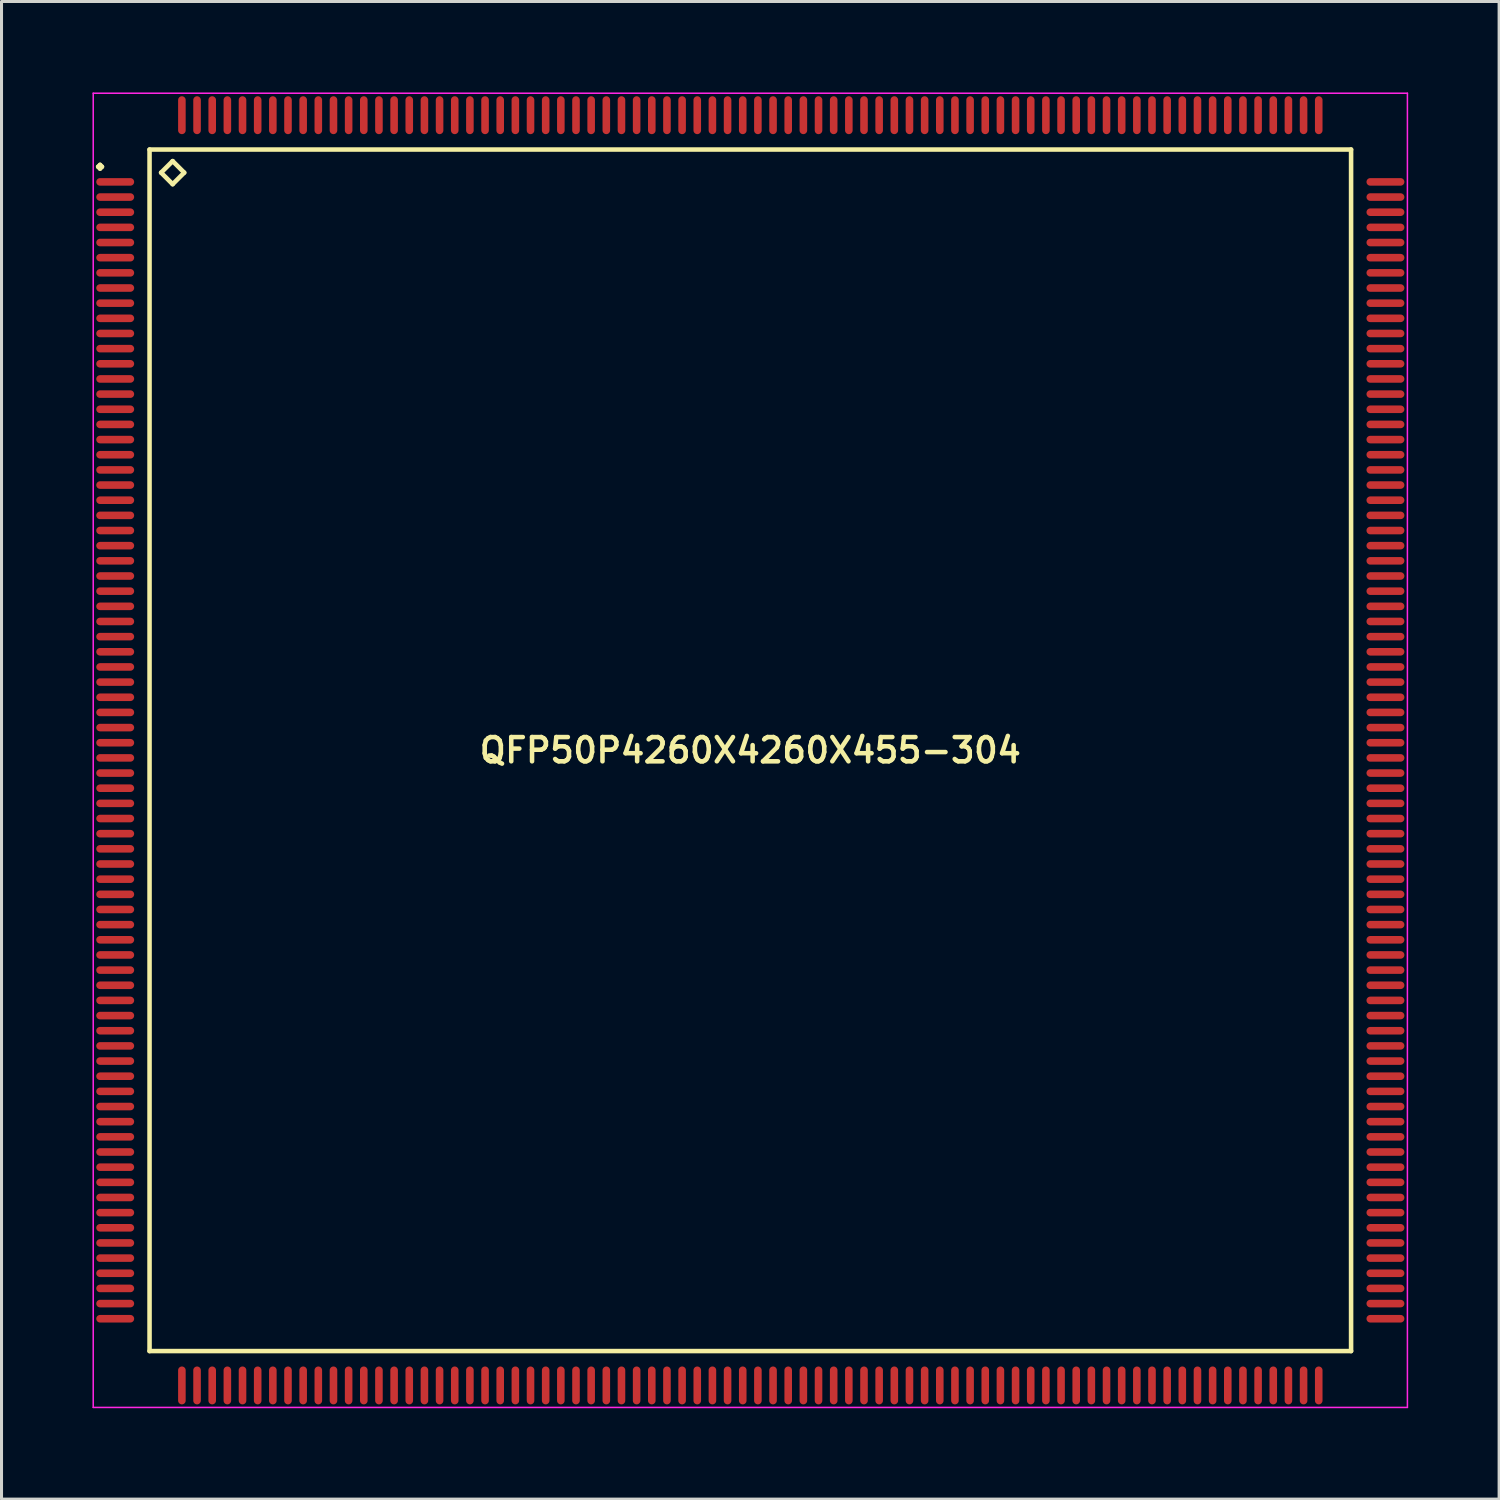
<source format=kicad_pcb>
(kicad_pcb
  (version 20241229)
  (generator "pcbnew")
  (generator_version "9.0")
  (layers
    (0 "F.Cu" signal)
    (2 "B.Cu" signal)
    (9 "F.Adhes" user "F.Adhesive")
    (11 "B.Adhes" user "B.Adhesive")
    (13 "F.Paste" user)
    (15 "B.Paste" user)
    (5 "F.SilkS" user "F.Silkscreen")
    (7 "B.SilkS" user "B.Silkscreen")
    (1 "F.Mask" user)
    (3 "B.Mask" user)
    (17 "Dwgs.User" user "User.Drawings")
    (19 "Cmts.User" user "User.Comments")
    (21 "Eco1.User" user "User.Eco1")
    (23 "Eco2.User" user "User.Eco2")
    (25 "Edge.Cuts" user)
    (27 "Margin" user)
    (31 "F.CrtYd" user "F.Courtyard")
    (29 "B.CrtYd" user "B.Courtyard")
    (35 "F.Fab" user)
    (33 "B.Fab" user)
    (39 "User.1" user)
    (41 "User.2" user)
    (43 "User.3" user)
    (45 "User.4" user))
  (footprint "QFP50P4260X4260X455-304"
    (layer "F.Cu")
    (at 21.7 21.7)
    (property "Reference" "QFP50P4260X4260X455-304" (at 0 0 0) (layer "F.SilkS") (effects (font (size 0.8 0.8) (thickness 0.15))))
    (attr smd)
    (fp_line (start -21.512 -19.25) (end -21.45 -19.312) (stroke (width 0.15) (type solid)) (layer "F.SilkS"))
    (fp_line (start -21.45 -19.312) (end -21.387 -19.25) (stroke (width 0.15) (type solid)) (layer "F.SilkS"))
    (fp_line (start -21.45 -19.188) (end -21.512 -19.25) (stroke (width 0.15) (type solid)) (layer "F.SilkS"))
    (fp_line (start -21.387 -19.25) (end -21.45 -19.188) (stroke (width 0.15) (type solid)) (layer "F.SilkS"))
    (fp_line (start -19.817 -19.817) (end -19.817 19.817) (stroke (width 0.15) (type solid)) (layer "F.SilkS"))
    (fp_line (start -19.817 19.817) (end 19.817 19.817) (stroke (width 0.15) (type solid)) (layer "F.SilkS"))
    (fp_line (start -19.436 -19.055) (end -19.055 -19.436) (stroke (width 0.15) (type solid)) (layer "F.SilkS"))
    (fp_line (start -19.055 -19.436) (end -18.674 -19.055) (stroke (width 0.15) (type solid)) (layer "F.SilkS"))
    (fp_line (start -19.055 -18.674) (end -19.436 -19.055) (stroke (width 0.15) (type solid)) (layer "F.SilkS"))
    (fp_line (start -18.674 -19.055) (end -19.055 -18.674) (stroke (width 0.15) (type solid)) (layer "F.SilkS"))
    (fp_line (start 19.817 -19.817) (end -19.817 -19.817) (stroke (width 0.15) (type solid)) (layer "F.SilkS"))
    (fp_line (start 19.817 19.817) (end 19.817 -19.817) (stroke (width 0.15) (type solid)) (layer "F.SilkS"))
    (fp_line (start -21.675 -21.675) (end 21.675 -21.675) (stroke (width 0.05) (type solid)) (layer "F.CrtYd"))
    (fp_line (start -21.675 21.675) (end -21.675 -21.675) (stroke (width 0.05) (type solid)) (layer "F.CrtYd"))
    (fp_line (start 21.675 -21.675) (end 21.675 21.675) (stroke (width 0.05) (type solid)) (layer "F.CrtYd"))
    (fp_line (start 21.675 21.675) (end -21.675 21.675) (stroke (width 0.05) (type solid)) (layer "F.CrtYd"))
    (pad "1" smd oval (at -20.95 -18.75) (size 1.25 0.25) (layers "F.Cu" "F.Mask" "F.Paste"))
    (pad "2" smd oval (at -20.95 -18.25) (size 1.25 0.25) (layers "F.Cu" "F.Mask" "F.Paste"))
    (pad "3" smd oval (at -20.95 -17.75) (size 1.25 0.25) (layers "F.Cu" "F.Mask" "F.Paste"))
    (pad "4" smd oval (at -20.95 -17.25) (size 1.25 0.25) (layers "F.Cu" "F.Mask" "F.Paste"))
    (pad "5" smd oval (at -20.95 -16.75) (size 1.25 0.25) (layers "F.Cu" "F.Mask" "F.Paste"))
    (pad "6" smd oval (at -20.95 -16.25) (size 1.25 0.25) (layers "F.Cu" "F.Mask" "F.Paste"))
    (pad "7" smd oval (at -20.95 -15.75) (size 1.25 0.25) (layers "F.Cu" "F.Mask" "F.Paste"))
    (pad "8" smd oval (at -20.95 -15.25) (size 1.25 0.25) (layers "F.Cu" "F.Mask" "F.Paste"))
    (pad "9" smd oval (at -20.95 -14.75) (size 1.25 0.25) (layers "F.Cu" "F.Mask" "F.Paste"))
    (pad "10" smd oval (at -20.95 -14.25) (size 1.25 0.25) (layers "F.Cu" "F.Mask" "F.Paste"))
    (pad "11" smd oval (at -20.95 -13.75) (size 1.25 0.25) (layers "F.Cu" "F.Mask" "F.Paste"))
    (pad "12" smd oval (at -20.95 -13.25) (size 1.25 0.25) (layers "F.Cu" "F.Mask" "F.Paste"))
    (pad "13" smd oval (at -20.95 -12.75) (size 1.25 0.25) (layers "F.Cu" "F.Mask" "F.Paste"))
    (pad "14" smd oval (at -20.95 -12.25) (size 1.25 0.25) (layers "F.Cu" "F.Mask" "F.Paste"))
    (pad "15" smd oval (at -20.95 -11.75) (size 1.25 0.25) (layers "F.Cu" "F.Mask" "F.Paste"))
    (pad "16" smd oval (at -20.95 -11.25) (size 1.25 0.25) (layers "F.Cu" "F.Mask" "F.Paste"))
    (pad "17" smd oval (at -20.95 -10.75) (size 1.25 0.25) (layers "F.Cu" "F.Mask" "F.Paste"))
    (pad "18" smd oval (at -20.95 -10.25) (size 1.25 0.25) (layers "F.Cu" "F.Mask" "F.Paste"))
    (pad "19" smd oval (at -20.95 -9.75) (size 1.25 0.25) (layers "F.Cu" "F.Mask" "F.Paste"))
    (pad "20" smd oval (at -20.95 -9.25) (size 1.25 0.25) (layers "F.Cu" "F.Mask" "F.Paste"))
    (pad "21" smd oval (at -20.95 -8.75) (size 1.25 0.25) (layers "F.Cu" "F.Mask" "F.Paste"))
    (pad "22" smd oval (at -20.95 -8.25) (size 1.25 0.25) (layers "F.Cu" "F.Mask" "F.Paste"))
    (pad "23" smd oval (at -20.95 -7.75) (size 1.25 0.25) (layers "F.Cu" "F.Mask" "F.Paste"))
    (pad "24" smd oval (at -20.95 -7.25) (size 1.25 0.25) (layers "F.Cu" "F.Mask" "F.Paste"))
    (pad "25" smd oval (at -20.95 -6.75) (size 1.25 0.25) (layers "F.Cu" "F.Mask" "F.Paste"))
    (pad "26" smd oval (at -20.95 -6.25) (size 1.25 0.25) (layers "F.Cu" "F.Mask" "F.Paste"))
    (pad "27" smd oval (at -20.95 -5.75) (size 1.25 0.25) (layers "F.Cu" "F.Mask" "F.Paste"))
    (pad "28" smd oval (at -20.95 -5.25) (size 1.25 0.25) (layers "F.Cu" "F.Mask" "F.Paste"))
    (pad "29" smd oval (at -20.95 -4.75) (size 1.25 0.25) (layers "F.Cu" "F.Mask" "F.Paste"))
    (pad "30" smd oval (at -20.95 -4.25) (size 1.25 0.25) (layers "F.Cu" "F.Mask" "F.Paste"))
    (pad "31" smd oval (at -20.95 -3.75) (size 1.25 0.25) (layers "F.Cu" "F.Mask" "F.Paste"))
    (pad "32" smd oval (at -20.95 -3.25) (size 1.25 0.25) (layers "F.Cu" "F.Mask" "F.Paste"))
    (pad "33" smd oval (at -20.95 -2.75) (size 1.25 0.25) (layers "F.Cu" "F.Mask" "F.Paste"))
    (pad "34" smd oval (at -20.95 -2.25) (size 1.25 0.25) (layers "F.Cu" "F.Mask" "F.Paste"))
    (pad "35" smd oval (at -20.95 -1.75) (size 1.25 0.25) (layers "F.Cu" "F.Mask" "F.Paste"))
    (pad "36" smd oval (at -20.95 -1.25) (size 1.25 0.25) (layers "F.Cu" "F.Mask" "F.Paste"))
    (pad "37" smd oval (at -20.95 -0.75) (size 1.25 0.25) (layers "F.Cu" "F.Mask" "F.Paste"))
    (pad "38" smd oval (at -20.95 -0.25) (size 1.25 0.25) (layers "F.Cu" "F.Mask" "F.Paste"))
    (pad "39" smd oval (at -20.95 0.25) (size 1.25 0.25) (layers "F.Cu" "F.Mask" "F.Paste"))
    (pad "40" smd oval (at -20.95 0.75) (size 1.25 0.25) (layers "F.Cu" "F.Mask" "F.Paste"))
    (pad "41" smd oval (at -20.95 1.25) (size 1.25 0.25) (layers "F.Cu" "F.Mask" "F.Paste"))
    (pad "42" smd oval (at -20.95 1.75) (size 1.25 0.25) (layers "F.Cu" "F.Mask" "F.Paste"))
    (pad "43" smd oval (at -20.95 2.25) (size 1.25 0.25) (layers "F.Cu" "F.Mask" "F.Paste"))
    (pad "44" smd oval (at -20.95 2.75) (size 1.25 0.25) (layers "F.Cu" "F.Mask" "F.Paste"))
    (pad "45" smd oval (at -20.95 3.25) (size 1.25 0.25) (layers "F.Cu" "F.Mask" "F.Paste"))
    (pad "46" smd oval (at -20.95 3.75) (size 1.25 0.25) (layers "F.Cu" "F.Mask" "F.Paste"))
    (pad "47" smd oval (at -20.95 4.25) (size 1.25 0.25) (layers "F.Cu" "F.Mask" "F.Paste"))
    (pad "48" smd oval (at -20.95 4.75) (size 1.25 0.25) (layers "F.Cu" "F.Mask" "F.Paste"))
    (pad "49" smd oval (at -20.95 5.25) (size 1.25 0.25) (layers "F.Cu" "F.Mask" "F.Paste"))
    (pad "50" smd oval (at -20.95 5.75) (size 1.25 0.25) (layers "F.Cu" "F.Mask" "F.Paste"))
    (pad "51" smd oval (at -20.95 6.25) (size 1.25 0.25) (layers "F.Cu" "F.Mask" "F.Paste"))
    (pad "52" smd oval (at -20.95 6.75) (size 1.25 0.25) (layers "F.Cu" "F.Mask" "F.Paste"))
    (pad "53" smd oval (at -20.95 7.25) (size 1.25 0.25) (layers "F.Cu" "F.Mask" "F.Paste"))
    (pad "54" smd oval (at -20.95 7.75) (size 1.25 0.25) (layers "F.Cu" "F.Mask" "F.Paste"))
    (pad "55" smd oval (at -20.95 8.25) (size 1.25 0.25) (layers "F.Cu" "F.Mask" "F.Paste"))
    (pad "56" smd oval (at -20.95 8.75) (size 1.25 0.25) (layers "F.Cu" "F.Mask" "F.Paste"))
    (pad "57" smd oval (at -20.95 9.25) (size 1.25 0.25) (layers "F.Cu" "F.Mask" "F.Paste"))
    (pad "58" smd oval (at -20.95 9.75) (size 1.25 0.25) (layers "F.Cu" "F.Mask" "F.Paste"))
    (pad "59" smd oval (at -20.95 10.25) (size 1.25 0.25) (layers "F.Cu" "F.Mask" "F.Paste"))
    (pad "60" smd oval (at -20.95 10.75) (size 1.25 0.25) (layers "F.Cu" "F.Mask" "F.Paste"))
    (pad "61" smd oval (at -20.95 11.25) (size 1.25 0.25) (layers "F.Cu" "F.Mask" "F.Paste"))
    (pad "62" smd oval (at -20.95 11.75) (size 1.25 0.25) (layers "F.Cu" "F.Mask" "F.Paste"))
    (pad "63" smd oval (at -20.95 12.25) (size 1.25 0.25) (layers "F.Cu" "F.Mask" "F.Paste"))
    (pad "64" smd oval (at -20.95 12.75) (size 1.25 0.25) (layers "F.Cu" "F.Mask" "F.Paste"))
    (pad "65" smd oval (at -20.95 13.25) (size 1.25 0.25) (layers "F.Cu" "F.Mask" "F.Paste"))
    (pad "66" smd oval (at -20.95 13.75) (size 1.25 0.25) (layers "F.Cu" "F.Mask" "F.Paste"))
    (pad "67" smd oval (at -20.95 14.25) (size 1.25 0.25) (layers "F.Cu" "F.Mask" "F.Paste"))
    (pad "68" smd oval (at -20.95 14.75) (size 1.25 0.25) (layers "F.Cu" "F.Mask" "F.Paste"))
    (pad "69" smd oval (at -20.95 15.25) (size 1.25 0.25) (layers "F.Cu" "F.Mask" "F.Paste"))
    (pad "70" smd oval (at -20.95 15.75) (size 1.25 0.25) (layers "F.Cu" "F.Mask" "F.Paste"))
    (pad "71" smd oval (at -20.95 16.25) (size 1.25 0.25) (layers "F.Cu" "F.Mask" "F.Paste"))
    (pad "72" smd oval (at -20.95 16.75) (size 1.25 0.25) (layers "F.Cu" "F.Mask" "F.Paste"))
    (pad "73" smd oval (at -20.95 17.25) (size 1.25 0.25) (layers "F.Cu" "F.Mask" "F.Paste"))
    (pad "74" smd oval (at -20.95 17.75) (size 1.25 0.25) (layers "F.Cu" "F.Mask" "F.Paste"))
    (pad "75" smd oval (at -20.95 18.25) (size 1.25 0.25) (layers "F.Cu" "F.Mask" "F.Paste"))
    (pad "76" smd oval (at -20.95 18.75) (size 1.25 0.25) (layers "F.Cu" "F.Mask" "F.Paste"))
    (pad "77" smd oval (at -18.75 20.95) (size 0.25 1.25) (layers "F.Cu" "F.Mask" "F.Paste"))
    (pad "78" smd oval (at -18.25 20.95) (size 0.25 1.25) (layers "F.Cu" "F.Mask" "F.Paste"))
    (pad "79" smd oval (at -17.75 20.95) (size 0.25 1.25) (layers "F.Cu" "F.Mask" "F.Paste"))
    (pad "80" smd oval (at -17.25 20.95) (size 0.25 1.25) (layers "F.Cu" "F.Mask" "F.Paste"))
    (pad "81" smd oval (at -16.75 20.95) (size 0.25 1.25) (layers "F.Cu" "F.Mask" "F.Paste"))
    (pad "82" smd oval (at -16.25 20.95) (size 0.25 1.25) (layers "F.Cu" "F.Mask" "F.Paste"))
    (pad "83" smd oval (at -15.75 20.95) (size 0.25 1.25) (layers "F.Cu" "F.Mask" "F.Paste"))
    (pad "84" smd oval (at -15.25 20.95) (size 0.25 1.25) (layers "F.Cu" "F.Mask" "F.Paste"))
    (pad "85" smd oval (at -14.75 20.95) (size 0.25 1.25) (layers "F.Cu" "F.Mask" "F.Paste"))
    (pad "86" smd oval (at -14.25 20.95) (size 0.25 1.25) (layers "F.Cu" "F.Mask" "F.Paste"))
    (pad "87" smd oval (at -13.75 20.95) (size 0.25 1.25) (layers "F.Cu" "F.Mask" "F.Paste"))
    (pad "88" smd oval (at -13.25 20.95) (size 0.25 1.25) (layers "F.Cu" "F.Mask" "F.Paste"))
    (pad "89" smd oval (at -12.75 20.95) (size 0.25 1.25) (layers "F.Cu" "F.Mask" "F.Paste"))
    (pad "90" smd oval (at -12.25 20.95) (size 0.25 1.25) (layers "F.Cu" "F.Mask" "F.Paste"))
    (pad "91" smd oval (at -11.75 20.95) (size 0.25 1.25) (layers "F.Cu" "F.Mask" "F.Paste"))
    (pad "92" smd oval (at -11.25 20.95) (size 0.25 1.25) (layers "F.Cu" "F.Mask" "F.Paste"))
    (pad "93" smd oval (at -10.75 20.95) (size 0.25 1.25) (layers "F.Cu" "F.Mask" "F.Paste"))
    (pad "94" smd oval (at -10.25 20.95) (size 0.25 1.25) (layers "F.Cu" "F.Mask" "F.Paste"))
    (pad "95" smd oval (at -9.75 20.95) (size 0.25 1.25) (layers "F.Cu" "F.Mask" "F.Paste"))
    (pad "96" smd oval (at -9.25 20.95) (size 0.25 1.25) (layers "F.Cu" "F.Mask" "F.Paste"))
    (pad "97" smd oval (at -8.75 20.95) (size 0.25 1.25) (layers "F.Cu" "F.Mask" "F.Paste"))
    (pad "98" smd oval (at -8.25 20.95) (size 0.25 1.25) (layers "F.Cu" "F.Mask" "F.Paste"))
    (pad "99" smd oval (at -7.75 20.95) (size 0.25 1.25) (layers "F.Cu" "F.Mask" "F.Paste"))
    (pad "100" smd oval (at -7.25 20.95) (size 0.25 1.25) (layers "F.Cu" "F.Mask" "F.Paste"))
    (pad "101" smd oval (at -6.75 20.95) (size 0.25 1.25) (layers "F.Cu" "F.Mask" "F.Paste"))
    (pad "102" smd oval (at -6.25 20.95) (size 0.25 1.25) (layers "F.Cu" "F.Mask" "F.Paste"))
    (pad "103" smd oval (at -5.75 20.95) (size 0.25 1.25) (layers "F.Cu" "F.Mask" "F.Paste"))
    (pad "104" smd oval (at -5.25 20.95) (size 0.25 1.25) (layers "F.Cu" "F.Mask" "F.Paste"))
    (pad "105" smd oval (at -4.75 20.95) (size 0.25 1.25) (layers "F.Cu" "F.Mask" "F.Paste"))
    (pad "106" smd oval (at -4.25 20.95) (size 0.25 1.25) (layers "F.Cu" "F.Mask" "F.Paste"))
    (pad "107" smd oval (at -3.75 20.95) (size 0.25 1.25) (layers "F.Cu" "F.Mask" "F.Paste"))
    (pad "108" smd oval (at -3.25 20.95) (size 0.25 1.25) (layers "F.Cu" "F.Mask" "F.Paste"))
    (pad "109" smd oval (at -2.75 20.95) (size 0.25 1.25) (layers "F.Cu" "F.Mask" "F.Paste"))
    (pad "110" smd oval (at -2.25 20.95) (size 0.25 1.25) (layers "F.Cu" "F.Mask" "F.Paste"))
    (pad "111" smd oval (at -1.75 20.95) (size 0.25 1.25) (layers "F.Cu" "F.Mask" "F.Paste"))
    (pad "112" smd oval (at -1.25 20.95) (size 0.25 1.25) (layers "F.Cu" "F.Mask" "F.Paste"))
    (pad "113" smd oval (at -0.75 20.95) (size 0.25 1.25) (layers "F.Cu" "F.Mask" "F.Paste"))
    (pad "114" smd oval (at -0.25 20.95) (size 0.25 1.25) (layers "F.Cu" "F.Mask" "F.Paste"))
    (pad "115" smd oval (at 0.25 20.95) (size 0.25 1.25) (layers "F.Cu" "F.Mask" "F.Paste"))
    (pad "116" smd oval (at 0.75 20.95) (size 0.25 1.25) (layers "F.Cu" "F.Mask" "F.Paste"))
    (pad "117" smd oval (at 1.25 20.95) (size 0.25 1.25) (layers "F.Cu" "F.Mask" "F.Paste"))
    (pad "118" smd oval (at 1.75 20.95) (size 0.25 1.25) (layers "F.Cu" "F.Mask" "F.Paste"))
    (pad "119" smd oval (at 2.25 20.95) (size 0.25 1.25) (layers "F.Cu" "F.Mask" "F.Paste"))
    (pad "120" smd oval (at 2.75 20.95) (size 0.25 1.25) (layers "F.Cu" "F.Mask" "F.Paste"))
    (pad "121" smd oval (at 3.25 20.95) (size 0.25 1.25) (layers "F.Cu" "F.Mask" "F.Paste"))
    (pad "122" smd oval (at 3.75 20.95) (size 0.25 1.25) (layers "F.Cu" "F.Mask" "F.Paste"))
    (pad "123" smd oval (at 4.25 20.95) (size 0.25 1.25) (layers "F.Cu" "F.Mask" "F.Paste"))
    (pad "124" smd oval (at 4.75 20.95) (size 0.25 1.25) (layers "F.Cu" "F.Mask" "F.Paste"))
    (pad "125" smd oval (at 5.25 20.95) (size 0.25 1.25) (layers "F.Cu" "F.Mask" "F.Paste"))
    (pad "126" smd oval (at 5.75 20.95) (size 0.25 1.25) (layers "F.Cu" "F.Mask" "F.Paste"))
    (pad "127" smd oval (at 6.25 20.95) (size 0.25 1.25) (layers "F.Cu" "F.Mask" "F.Paste"))
    (pad "128" smd oval (at 6.75 20.95) (size 0.25 1.25) (layers "F.Cu" "F.Mask" "F.Paste"))
    (pad "129" smd oval (at 7.25 20.95) (size 0.25 1.25) (layers "F.Cu" "F.Mask" "F.Paste"))
    (pad "130" smd oval (at 7.75 20.95) (size 0.25 1.25) (layers "F.Cu" "F.Mask" "F.Paste"))
    (pad "131" smd oval (at 8.25 20.95) (size 0.25 1.25) (layers "F.Cu" "F.Mask" "F.Paste"))
    (pad "132" smd oval (at 8.75 20.95) (size 0.25 1.25) (layers "F.Cu" "F.Mask" "F.Paste"))
    (pad "133" smd oval (at 9.25 20.95) (size 0.25 1.25) (layers "F.Cu" "F.Mask" "F.Paste"))
    (pad "134" smd oval (at 9.75 20.95) (size 0.25 1.25) (layers "F.Cu" "F.Mask" "F.Paste"))
    (pad "135" smd oval (at 10.25 20.95) (size 0.25 1.25) (layers "F.Cu" "F.Mask" "F.Paste"))
    (pad "136" smd oval (at 10.75 20.95) (size 0.25 1.25) (layers "F.Cu" "F.Mask" "F.Paste"))
    (pad "137" smd oval (at 11.25 20.95) (size 0.25 1.25) (layers "F.Cu" "F.Mask" "F.Paste"))
    (pad "138" smd oval (at 11.75 20.95) (size 0.25 1.25) (layers "F.Cu" "F.Mask" "F.Paste"))
    (pad "139" smd oval (at 12.25 20.95) (size 0.25 1.25) (layers "F.Cu" "F.Mask" "F.Paste"))
    (pad "140" smd oval (at 12.75 20.95) (size 0.25 1.25) (layers "F.Cu" "F.Mask" "F.Paste"))
    (pad "141" smd oval (at 13.25 20.95) (size 0.25 1.25) (layers "F.Cu" "F.Mask" "F.Paste"))
    (pad "142" smd oval (at 13.75 20.95) (size 0.25 1.25) (layers "F.Cu" "F.Mask" "F.Paste"))
    (pad "143" smd oval (at 14.25 20.95) (size 0.25 1.25) (layers "F.Cu" "F.Mask" "F.Paste"))
    (pad "144" smd oval (at 14.75 20.95) (size 0.25 1.25) (layers "F.Cu" "F.Mask" "F.Paste"))
    (pad "145" smd oval (at 15.25 20.95) (size 0.25 1.25) (layers "F.Cu" "F.Mask" "F.Paste"))
    (pad "146" smd oval (at 15.75 20.95) (size 0.25 1.25) (layers "F.Cu" "F.Mask" "F.Paste"))
    (pad "147" smd oval (at 16.25 20.95) (size 0.25 1.25) (layers "F.Cu" "F.Mask" "F.Paste"))
    (pad "148" smd oval (at 16.75 20.95) (size 0.25 1.25) (layers "F.Cu" "F.Mask" "F.Paste"))
    (pad "149" smd oval (at 17.25 20.95) (size 0.25 1.25) (layers "F.Cu" "F.Mask" "F.Paste"))
    (pad "150" smd oval (at 17.75 20.95) (size 0.25 1.25) (layers "F.Cu" "F.Mask" "F.Paste"))
    (pad "151" smd oval (at 18.25 20.95) (size 0.25 1.25) (layers "F.Cu" "F.Mask" "F.Paste"))
    (pad "152" smd oval (at 18.75 20.95) (size 0.25 1.25) (layers "F.Cu" "F.Mask" "F.Paste"))
    (pad "153" smd oval (at 20.95 18.75) (size 1.25 0.25) (layers "F.Cu" "F.Mask" "F.Paste"))
    (pad "154" smd oval (at 20.95 18.25) (size 1.25 0.25) (layers "F.Cu" "F.Mask" "F.Paste"))
    (pad "155" smd oval (at 20.95 17.75) (size 1.25 0.25) (layers "F.Cu" "F.Mask" "F.Paste"))
    (pad "156" smd oval (at 20.95 17.25) (size 1.25 0.25) (layers "F.Cu" "F.Mask" "F.Paste"))
    (pad "157" smd oval (at 20.95 16.75) (size 1.25 0.25) (layers "F.Cu" "F.Mask" "F.Paste"))
    (pad "158" smd oval (at 20.95 16.25) (size 1.25 0.25) (layers "F.Cu" "F.Mask" "F.Paste"))
    (pad "159" smd oval (at 20.95 15.75) (size 1.25 0.25) (layers "F.Cu" "F.Mask" "F.Paste"))
    (pad "160" smd oval (at 20.95 15.25) (size 1.25 0.25) (layers "F.Cu" "F.Mask" "F.Paste"))
    (pad "161" smd oval (at 20.95 14.75) (size 1.25 0.25) (layers "F.Cu" "F.Mask" "F.Paste"))
    (pad "162" smd oval (at 20.95 14.25) (size 1.25 0.25) (layers "F.Cu" "F.Mask" "F.Paste"))
    (pad "163" smd oval (at 20.95 13.75) (size 1.25 0.25) (layers "F.Cu" "F.Mask" "F.Paste"))
    (pad "164" smd oval (at 20.95 13.25) (size 1.25 0.25) (layers "F.Cu" "F.Mask" "F.Paste"))
    (pad "165" smd oval (at 20.95 12.75) (size 1.25 0.25) (layers "F.Cu" "F.Mask" "F.Paste"))
    (pad "166" smd oval (at 20.95 12.25) (size 1.25 0.25) (layers "F.Cu" "F.Mask" "F.Paste"))
    (pad "167" smd oval (at 20.95 11.75) (size 1.25 0.25) (layers "F.Cu" "F.Mask" "F.Paste"))
    (pad "168" smd oval (at 20.95 11.25) (size 1.25 0.25) (layers "F.Cu" "F.Mask" "F.Paste"))
    (pad "169" smd oval (at 20.95 10.75) (size 1.25 0.25) (layers "F.Cu" "F.Mask" "F.Paste"))
    (pad "170" smd oval (at 20.95 10.25) (size 1.25 0.25) (layers "F.Cu" "F.Mask" "F.Paste"))
    (pad "171" smd oval (at 20.95 9.75) (size 1.25 0.25) (layers "F.Cu" "F.Mask" "F.Paste"))
    (pad "172" smd oval (at 20.95 9.25) (size 1.25 0.25) (layers "F.Cu" "F.Mask" "F.Paste"))
    (pad "173" smd oval (at 20.95 8.75) (size 1.25 0.25) (layers "F.Cu" "F.Mask" "F.Paste"))
    (pad "174" smd oval (at 20.95 8.25) (size 1.25 0.25) (layers "F.Cu" "F.Mask" "F.Paste"))
    (pad "175" smd oval (at 20.95 7.75) (size 1.25 0.25) (layers "F.Cu" "F.Mask" "F.Paste"))
    (pad "176" smd oval (at 20.95 7.25) (size 1.25 0.25) (layers "F.Cu" "F.Mask" "F.Paste"))
    (pad "177" smd oval (at 20.95 6.75) (size 1.25 0.25) (layers "F.Cu" "F.Mask" "F.Paste"))
    (pad "178" smd oval (at 20.95 6.25) (size 1.25 0.25) (layers "F.Cu" "F.Mask" "F.Paste"))
    (pad "179" smd oval (at 20.95 5.75) (size 1.25 0.25) (layers "F.Cu" "F.Mask" "F.Paste"))
    (pad "180" smd oval (at 20.95 5.25) (size 1.25 0.25) (layers "F.Cu" "F.Mask" "F.Paste"))
    (pad "181" smd oval (at 20.95 4.75) (size 1.25 0.25) (layers "F.Cu" "F.Mask" "F.Paste"))
    (pad "182" smd oval (at 20.95 4.25) (size 1.25 0.25) (layers "F.Cu" "F.Mask" "F.Paste"))
    (pad "183" smd oval (at 20.95 3.75) (size 1.25 0.25) (layers "F.Cu" "F.Mask" "F.Paste"))
    (pad "184" smd oval (at 20.95 3.25) (size 1.25 0.25) (layers "F.Cu" "F.Mask" "F.Paste"))
    (pad "185" smd oval (at 20.95 2.75) (size 1.25 0.25) (layers "F.Cu" "F.Mask" "F.Paste"))
    (pad "186" smd oval (at 20.95 2.25) (size 1.25 0.25) (layers "F.Cu" "F.Mask" "F.Paste"))
    (pad "187" smd oval (at 20.95 1.75) (size 1.25 0.25) (layers "F.Cu" "F.Mask" "F.Paste"))
    (pad "188" smd oval (at 20.95 1.25) (size 1.25 0.25) (layers "F.Cu" "F.Mask" "F.Paste"))
    (pad "189" smd oval (at 20.95 0.75) (size 1.25 0.25) (layers "F.Cu" "F.Mask" "F.Paste"))
    (pad "190" smd oval (at 20.95 0.25) (size 1.25 0.25) (layers "F.Cu" "F.Mask" "F.Paste"))
    (pad "191" smd oval (at 20.95 -0.25) (size 1.25 0.25) (layers "F.Cu" "F.Mask" "F.Paste"))
    (pad "192" smd oval (at 20.95 -0.75) (size 1.25 0.25) (layers "F.Cu" "F.Mask" "F.Paste"))
    (pad "193" smd oval (at 20.95 -1.25) (size 1.25 0.25) (layers "F.Cu" "F.Mask" "F.Paste"))
    (pad "194" smd oval (at 20.95 -1.75) (size 1.25 0.25) (layers "F.Cu" "F.Mask" "F.Paste"))
    (pad "195" smd oval (at 20.95 -2.25) (size 1.25 0.25) (layers "F.Cu" "F.Mask" "F.Paste"))
    (pad "196" smd oval (at 20.95 -2.75) (size 1.25 0.25) (layers "F.Cu" "F.Mask" "F.Paste"))
    (pad "197" smd oval (at 20.95 -3.25) (size 1.25 0.25) (layers "F.Cu" "F.Mask" "F.Paste"))
    (pad "198" smd oval (at 20.95 -3.75) (size 1.25 0.25) (layers "F.Cu" "F.Mask" "F.Paste"))
    (pad "199" smd oval (at 20.95 -4.25) (size 1.25 0.25) (layers "F.Cu" "F.Mask" "F.Paste"))
    (pad "200" smd oval (at 20.95 -4.75) (size 1.25 0.25) (layers "F.Cu" "F.Mask" "F.Paste"))
    (pad "201" smd oval (at 20.95 -5.25) (size 1.25 0.25) (layers "F.Cu" "F.Mask" "F.Paste"))
    (pad "202" smd oval (at 20.95 -5.75) (size 1.25 0.25) (layers "F.Cu" "F.Mask" "F.Paste"))
    (pad "203" smd oval (at 20.95 -6.25) (size 1.25 0.25) (layers "F.Cu" "F.Mask" "F.Paste"))
    (pad "204" smd oval (at 20.95 -6.75) (size 1.25 0.25) (layers "F.Cu" "F.Mask" "F.Paste"))
    (pad "205" smd oval (at 20.95 -7.25) (size 1.25 0.25) (layers "F.Cu" "F.Mask" "F.Paste"))
    (pad "206" smd oval (at 20.95 -7.75) (size 1.25 0.25) (layers "F.Cu" "F.Mask" "F.Paste"))
    (pad "207" smd oval (at 20.95 -8.25) (size 1.25 0.25) (layers "F.Cu" "F.Mask" "F.Paste"))
    (pad "208" smd oval (at 20.95 -8.75) (size 1.25 0.25) (layers "F.Cu" "F.Mask" "F.Paste"))
    (pad "209" smd oval (at 20.95 -9.25) (size 1.25 0.25) (layers "F.Cu" "F.Mask" "F.Paste"))
    (pad "210" smd oval (at 20.95 -9.75) (size 1.25 0.25) (layers "F.Cu" "F.Mask" "F.Paste"))
    (pad "211" smd oval (at 20.95 -10.25) (size 1.25 0.25) (layers "F.Cu" "F.Mask" "F.Paste"))
    (pad "212" smd oval (at 20.95 -10.75) (size 1.25 0.25) (layers "F.Cu" "F.Mask" "F.Paste"))
    (pad "213" smd oval (at 20.95 -11.25) (size 1.25 0.25) (layers "F.Cu" "F.Mask" "F.Paste"))
    (pad "214" smd oval (at 20.95 -11.75) (size 1.25 0.25) (layers "F.Cu" "F.Mask" "F.Paste"))
    (pad "215" smd oval (at 20.95 -12.25) (size 1.25 0.25) (layers "F.Cu" "F.Mask" "F.Paste"))
    (pad "216" smd oval (at 20.95 -12.75) (size 1.25 0.25) (layers "F.Cu" "F.Mask" "F.Paste"))
    (pad "217" smd oval (at 20.95 -13.25) (size 1.25 0.25) (layers "F.Cu" "F.Mask" "F.Paste"))
    (pad "218" smd oval (at 20.95 -13.75) (size 1.25 0.25) (layers "F.Cu" "F.Mask" "F.Paste"))
    (pad "219" smd oval (at 20.95 -14.25) (size 1.25 0.25) (layers "F.Cu" "F.Mask" "F.Paste"))
    (pad "220" smd oval (at 20.95 -14.75) (size 1.25 0.25) (layers "F.Cu" "F.Mask" "F.Paste"))
    (pad "221" smd oval (at 20.95 -15.25) (size 1.25 0.25) (layers "F.Cu" "F.Mask" "F.Paste"))
    (pad "222" smd oval (at 20.95 -15.75) (size 1.25 0.25) (layers "F.Cu" "F.Mask" "F.Paste"))
    (pad "223" smd oval (at 20.95 -16.25) (size 1.25 0.25) (layers "F.Cu" "F.Mask" "F.Paste"))
    (pad "224" smd oval (at 20.95 -16.75) (size 1.25 0.25) (layers "F.Cu" "F.Mask" "F.Paste"))
    (pad "225" smd oval (at 20.95 -17.25) (size 1.25 0.25) (layers "F.Cu" "F.Mask" "F.Paste"))
    (pad "226" smd oval (at 20.95 -17.75) (size 1.25 0.25) (layers "F.Cu" "F.Mask" "F.Paste"))
    (pad "227" smd oval (at 20.95 -18.25) (size 1.25 0.25) (layers "F.Cu" "F.Mask" "F.Paste"))
    (pad "228" smd oval (at 20.95 -18.75) (size 1.25 0.25) (layers "F.Cu" "F.Mask" "F.Paste"))
    (pad "229" smd oval (at 18.75 -20.95) (size 0.25 1.25) (layers "F.Cu" "F.Mask" "F.Paste"))
    (pad "230" smd oval (at 18.25 -20.95) (size 0.25 1.25) (layers "F.Cu" "F.Mask" "F.Paste"))
    (pad "231" smd oval (at 17.75 -20.95) (size 0.25 1.25) (layers "F.Cu" "F.Mask" "F.Paste"))
    (pad "232" smd oval (at 17.25 -20.95) (size 0.25 1.25) (layers "F.Cu" "F.Mask" "F.Paste"))
    (pad "233" smd oval (at 16.75 -20.95) (size 0.25 1.25) (layers "F.Cu" "F.Mask" "F.Paste"))
    (pad "234" smd oval (at 16.25 -20.95) (size 0.25 1.25) (layers "F.Cu" "F.Mask" "F.Paste"))
    (pad "235" smd oval (at 15.75 -20.95) (size 0.25 1.25) (layers "F.Cu" "F.Mask" "F.Paste"))
    (pad "236" smd oval (at 15.25 -20.95) (size 0.25 1.25) (layers "F.Cu" "F.Mask" "F.Paste"))
    (pad "237" smd oval (at 14.75 -20.95) (size 0.25 1.25) (layers "F.Cu" "F.Mask" "F.Paste"))
    (pad "238" smd oval (at 14.25 -20.95) (size 0.25 1.25) (layers "F.Cu" "F.Mask" "F.Paste"))
    (pad "239" smd oval (at 13.75 -20.95) (size 0.25 1.25) (layers "F.Cu" "F.Mask" "F.Paste"))
    (pad "240" smd oval (at 13.25 -20.95) (size 0.25 1.25) (layers "F.Cu" "F.Mask" "F.Paste"))
    (pad "241" smd oval (at 12.75 -20.95) (size 0.25 1.25) (layers "F.Cu" "F.Mask" "F.Paste"))
    (pad "242" smd oval (at 12.25 -20.95) (size 0.25 1.25) (layers "F.Cu" "F.Mask" "F.Paste"))
    (pad "243" smd oval (at 11.75 -20.95) (size 0.25 1.25) (layers "F.Cu" "F.Mask" "F.Paste"))
    (pad "244" smd oval (at 11.25 -20.95) (size 0.25 1.25) (layers "F.Cu" "F.Mask" "F.Paste"))
    (pad "245" smd oval (at 10.75 -20.95) (size 0.25 1.25) (layers "F.Cu" "F.Mask" "F.Paste"))
    (pad "246" smd oval (at 10.25 -20.95) (size 0.25 1.25) (layers "F.Cu" "F.Mask" "F.Paste"))
    (pad "247" smd oval (at 9.75 -20.95) (size 0.25 1.25) (layers "F.Cu" "F.Mask" "F.Paste"))
    (pad "248" smd oval (at 9.25 -20.95) (size 0.25 1.25) (layers "F.Cu" "F.Mask" "F.Paste"))
    (pad "249" smd oval (at 8.75 -20.95) (size 0.25 1.25) (layers "F.Cu" "F.Mask" "F.Paste"))
    (pad "250" smd oval (at 8.25 -20.95) (size 0.25 1.25) (layers "F.Cu" "F.Mask" "F.Paste"))
    (pad "251" smd oval (at 7.75 -20.95) (size 0.25 1.25) (layers "F.Cu" "F.Mask" "F.Paste"))
    (pad "252" smd oval (at 7.25 -20.95) (size 0.25 1.25) (layers "F.Cu" "F.Mask" "F.Paste"))
    (pad "253" smd oval (at 6.75 -20.95) (size 0.25 1.25) (layers "F.Cu" "F.Mask" "F.Paste"))
    (pad "254" smd oval (at 6.25 -20.95) (size 0.25 1.25) (layers "F.Cu" "F.Mask" "F.Paste"))
    (pad "255" smd oval (at 5.75 -20.95) (size 0.25 1.25) (layers "F.Cu" "F.Mask" "F.Paste"))
    (pad "256" smd oval (at 5.25 -20.95) (size 0.25 1.25) (layers "F.Cu" "F.Mask" "F.Paste"))
    (pad "257" smd oval (at 4.75 -20.95) (size 0.25 1.25) (layers "F.Cu" "F.Mask" "F.Paste"))
    (pad "258" smd oval (at 4.25 -20.95) (size 0.25 1.25) (layers "F.Cu" "F.Mask" "F.Paste"))
    (pad "259" smd oval (at 3.75 -20.95) (size 0.25 1.25) (layers "F.Cu" "F.Mask" "F.Paste"))
    (pad "260" smd oval (at 3.25 -20.95) (size 0.25 1.25) (layers "F.Cu" "F.Mask" "F.Paste"))
    (pad "261" smd oval (at 2.75 -20.95) (size 0.25 1.25) (layers "F.Cu" "F.Mask" "F.Paste"))
    (pad "262" smd oval (at 2.25 -20.95) (size 0.25 1.25) (layers "F.Cu" "F.Mask" "F.Paste"))
    (pad "263" smd oval (at 1.75 -20.95) (size 0.25 1.25) (layers "F.Cu" "F.Mask" "F.Paste"))
    (pad "264" smd oval (at 1.25 -20.95) (size 0.25 1.25) (layers "F.Cu" "F.Mask" "F.Paste"))
    (pad "265" smd oval (at 0.75 -20.95) (size 0.25 1.25) (layers "F.Cu" "F.Mask" "F.Paste"))
    (pad "266" smd oval (at 0.25 -20.95) (size 0.25 1.25) (layers "F.Cu" "F.Mask" "F.Paste"))
    (pad "267" smd oval (at -0.25 -20.95) (size 0.25 1.25) (layers "F.Cu" "F.Mask" "F.Paste"))
    (pad "268" smd oval (at -0.75 -20.95) (size 0.25 1.25) (layers "F.Cu" "F.Mask" "F.Paste"))
    (pad "269" smd oval (at -1.25 -20.95) (size 0.25 1.25) (layers "F.Cu" "F.Mask" "F.Paste"))
    (pad "270" smd oval (at -1.75 -20.95) (size 0.25 1.25) (layers "F.Cu" "F.Mask" "F.Paste"))
    (pad "271" smd oval (at -2.25 -20.95) (size 0.25 1.25) (layers "F.Cu" "F.Mask" "F.Paste"))
    (pad "272" smd oval (at -2.75 -20.95) (size 0.25 1.25) (layers "F.Cu" "F.Mask" "F.Paste"))
    (pad "273" smd oval (at -3.25 -20.95) (size 0.25 1.25) (layers "F.Cu" "F.Mask" "F.Paste"))
    (pad "274" smd oval (at -3.75 -20.95) (size 0.25 1.25) (layers "F.Cu" "F.Mask" "F.Paste"))
    (pad "275" smd oval (at -4.25 -20.95) (size 0.25 1.25) (layers "F.Cu" "F.Mask" "F.Paste"))
    (pad "276" smd oval (at -4.75 -20.95) (size 0.25 1.25) (layers "F.Cu" "F.Mask" "F.Paste"))
    (pad "277" smd oval (at -5.25 -20.95) (size 0.25 1.25) (layers "F.Cu" "F.Mask" "F.Paste"))
    (pad "278" smd oval (at -5.75 -20.95) (size 0.25 1.25) (layers "F.Cu" "F.Mask" "F.Paste"))
    (pad "279" smd oval (at -6.25 -20.95) (size 0.25 1.25) (layers "F.Cu" "F.Mask" "F.Paste"))
    (pad "280" smd oval (at -6.75 -20.95) (size 0.25 1.25) (layers "F.Cu" "F.Mask" "F.Paste"))
    (pad "281" smd oval (at -7.25 -20.95) (size 0.25 1.25) (layers "F.Cu" "F.Mask" "F.Paste"))
    (pad "282" smd oval (at -7.75 -20.95) (size 0.25 1.25) (layers "F.Cu" "F.Mask" "F.Paste"))
    (pad "283" smd oval (at -8.25 -20.95) (size 0.25 1.25) (layers "F.Cu" "F.Mask" "F.Paste"))
    (pad "284" smd oval (at -8.75 -20.95) (size 0.25 1.25) (layers "F.Cu" "F.Mask" "F.Paste"))
    (pad "285" smd oval (at -9.25 -20.95) (size 0.25 1.25) (layers "F.Cu" "F.Mask" "F.Paste"))
    (pad "286" smd oval (at -9.75 -20.95) (size 0.25 1.25) (layers "F.Cu" "F.Mask" "F.Paste"))
    (pad "287" smd oval (at -10.25 -20.95) (size 0.25 1.25) (layers "F.Cu" "F.Mask" "F.Paste"))
    (pad "288" smd oval (at -10.75 -20.95) (size 0.25 1.25) (layers "F.Cu" "F.Mask" "F.Paste"))
    (pad "289" smd oval (at -11.25 -20.95) (size 0.25 1.25) (layers "F.Cu" "F.Mask" "F.Paste"))
    (pad "290" smd oval (at -11.75 -20.95) (size 0.25 1.25) (layers "F.Cu" "F.Mask" "F.Paste"))
    (pad "291" smd oval (at -12.25 -20.95) (size 0.25 1.25) (layers "F.Cu" "F.Mask" "F.Paste"))
    (pad "292" smd oval (at -12.75 -20.95) (size 0.25 1.25) (layers "F.Cu" "F.Mask" "F.Paste"))
    (pad "293" smd oval (at -13.25 -20.95) (size 0.25 1.25) (layers "F.Cu" "F.Mask" "F.Paste"))
    (pad "294" smd oval (at -13.75 -20.95) (size 0.25 1.25) (layers "F.Cu" "F.Mask" "F.Paste"))
    (pad "295" smd oval (at -14.25 -20.95) (size 0.25 1.25) (layers "F.Cu" "F.Mask" "F.Paste"))
    (pad "296" smd oval (at -14.75 -20.95) (size 0.25 1.25) (layers "F.Cu" "F.Mask" "F.Paste"))
    (pad "297" smd oval (at -15.25 -20.95) (size 0.25 1.25) (layers "F.Cu" "F.Mask" "F.Paste"))
    (pad "298" smd oval (at -15.75 -20.95) (size 0.25 1.25) (layers "F.Cu" "F.Mask" "F.Paste"))
    (pad "299" smd oval (at -16.25 -20.95) (size 0.25 1.25) (layers "F.Cu" "F.Mask" "F.Paste"))
    (pad "300" smd oval (at -16.75 -20.95) (size 0.25 1.25) (layers "F.Cu" "F.Mask" "F.Paste"))
    (pad "301" smd oval (at -17.25 -20.95) (size 0.25 1.25) (layers "F.Cu" "F.Mask" "F.Paste"))
    (pad "302" smd oval (at -17.75 -20.95) (size 0.25 1.25) (layers "F.Cu" "F.Mask" "F.Paste"))
    (pad "303" smd oval (at -18.25 -20.95) (size 0.25 1.25) (layers "F.Cu" "F.Mask" "F.Paste"))
    (pad "304" smd oval (at -18.75 -20.95) (size 0.25 1.25) (layers "F.Cu" "F.Mask" "F.Paste")))
  (gr_rect
    (start -3 -3)
    (end 46.4 46.4)
    (stroke (width 0.1) (type default))
    (fill no)
    (layer "Edge.Cuts")))
</source>
